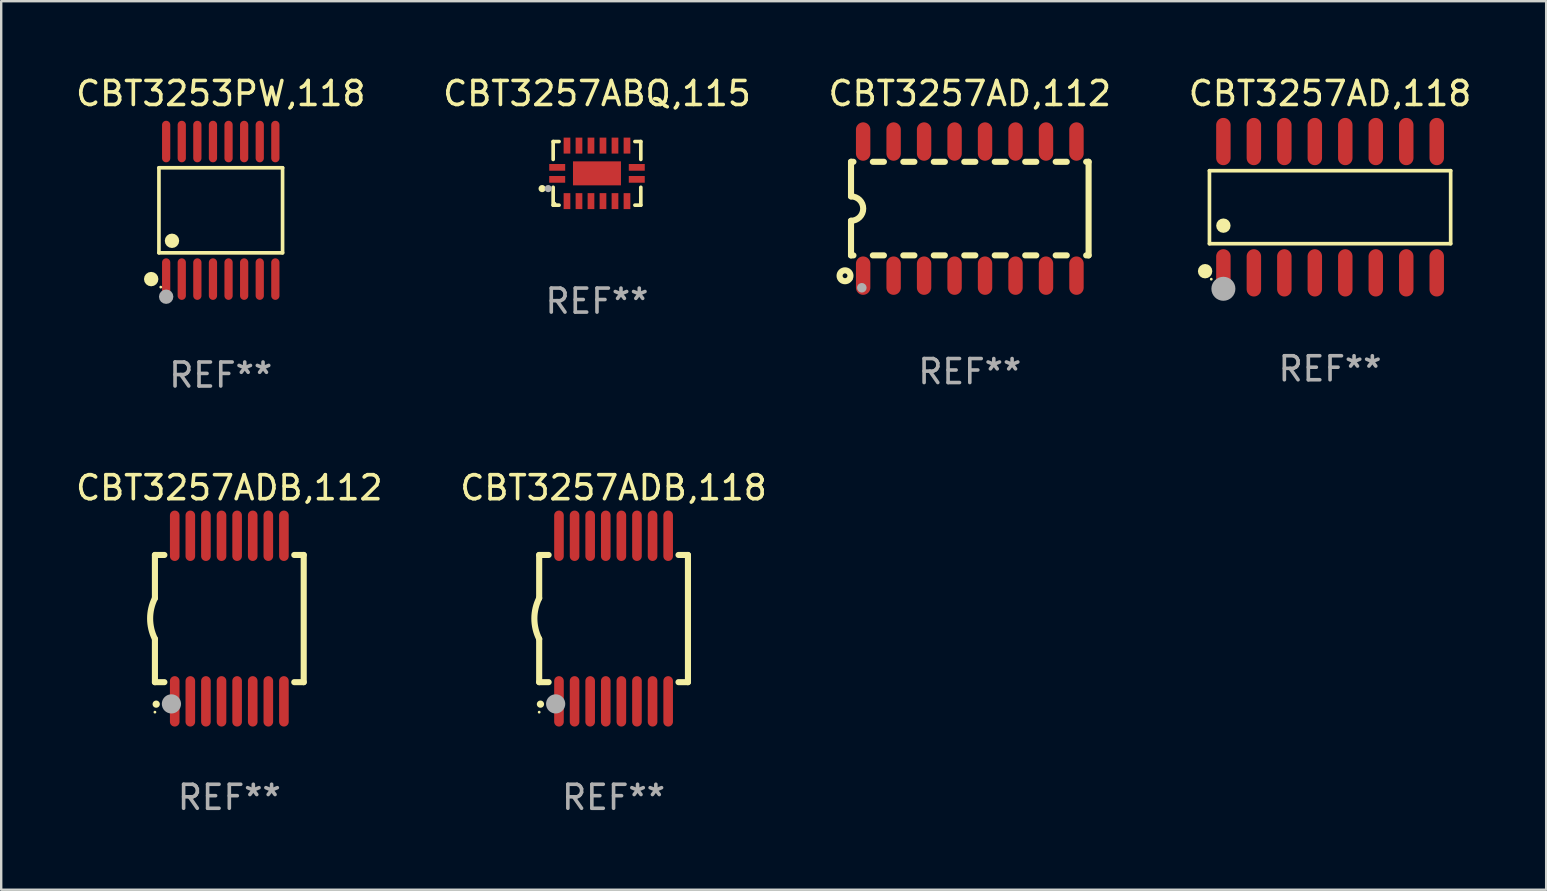
<source format=kicad_pcb>
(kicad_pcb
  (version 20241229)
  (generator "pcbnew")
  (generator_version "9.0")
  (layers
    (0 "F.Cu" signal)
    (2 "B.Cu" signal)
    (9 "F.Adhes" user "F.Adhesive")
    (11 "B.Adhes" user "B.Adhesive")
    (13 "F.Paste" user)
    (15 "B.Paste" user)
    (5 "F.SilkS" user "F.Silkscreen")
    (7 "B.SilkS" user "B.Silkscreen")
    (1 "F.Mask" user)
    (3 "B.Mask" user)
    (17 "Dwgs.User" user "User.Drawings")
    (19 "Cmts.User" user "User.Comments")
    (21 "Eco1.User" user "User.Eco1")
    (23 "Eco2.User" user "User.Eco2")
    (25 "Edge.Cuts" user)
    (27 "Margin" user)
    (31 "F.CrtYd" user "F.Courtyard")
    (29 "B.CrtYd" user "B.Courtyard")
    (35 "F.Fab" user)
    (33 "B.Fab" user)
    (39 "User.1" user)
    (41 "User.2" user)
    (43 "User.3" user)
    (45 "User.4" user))
  (footprint "CBT3257ADB,118"
    (layer "F.Cu")
    (at 22.518 22.726)
    (property "Reference" "CBT3257ADB,118" (at 0 -5.45 0) (layer "F.SilkS") (effects (font (size 1 1) (thickness 0.15))))
    (attr through_hole)
    (fp_line (start -3.1 -2.65) (end -3.1 -0.85) (stroke (width 0.254) (type solid)) (layer "F.SilkS"))
    (fp_line (start -3.1 -2.65) (end -2.706 -2.65) (stroke (width 0.254) (type solid)) (layer "F.SilkS"))
    (fp_line (start -3.1 2.65) (end -3.1 0.85) (stroke (width 0.254) (type solid)) (layer "F.SilkS"))
    (fp_line (start -3.1 2.65) (end -2.706 2.65) (stroke (width 0.254) (type solid)) (layer "F.SilkS"))
    (fp_line (start 2.706 -2.65) (end 3.1 -2.65) (stroke (width 0.254) (type solid)) (layer "F.SilkS"))
    (fp_line (start 2.706 2.65) (end 3.1 2.65) (stroke (width 0.254) (type solid)) (layer "F.SilkS"))
    (fp_line (start 3.1 -2.65) (end 3.1 2.65) (stroke (width 0.254) (type solid)) (layer "F.SilkS"))
    (fp_arc (start -3.098907 0.850902) (mid -3.300057 0.000523) (end -3.1 -0.850114) (stroke (width 0.254001) (type solid)) (layer "F.SilkS"))
    (fp_arc (start -3.048006 3.566066) (mid -3.046736 3.566061) (end -3.045466 3.566066) (stroke (width 0.3) (type solid)) (layer "F.SilkS"))
    (fp_circle (center -3.1 3.9) (end -3.07 3.9) (stroke (width 0.06) (type solid)) (fill no) (layer "F.SilkS"))
    (fp_circle (center -2.413 3.556) (end -2.213 3.556) (stroke (width 0.4) (type solid)) (fill no) (layer "F.Fab"))
    (fp_text user "REF**" (at 0 7.45 0) (layer "F.Fab") (effects (font (size 1 1) (thickness 0.15))))
    (pad "1" smd oval (at -2.275 3.45 180) (size 0.4 2.1) (layers "F.Cu" "F.Mask" "F.Paste"))
    (pad "2" smd oval (at -1.625 3.45 180) (size 0.4 2.1) (layers "F.Cu" "F.Mask" "F.Paste"))
    (pad "3" smd oval (at -0.975 3.45 180) (size 0.4 2.1) (layers "F.Cu" "F.Mask" "F.Paste"))
    (pad "4" smd oval (at -0.325 3.45 180) (size 0.4 2.1) (layers "F.Cu" "F.Mask" "F.Paste"))
    (pad "5" smd oval (at 0.325 3.45 180) (size 0.4 2.1) (layers "F.Cu" "F.Mask" "F.Paste"))
    (pad "6" smd oval (at 0.975 3.45 180) (size 0.4 2.1) (layers "F.Cu" "F.Mask" "F.Paste"))
    (pad "7" smd oval (at 1.625 3.45 180) (size 0.4 2.1) (layers "F.Cu" "F.Mask" "F.Paste"))
    (pad "8" smd oval (at 2.275 3.45 180) (size 0.4 2.1) (layers "F.Cu" "F.Mask" "F.Paste"))
    (pad "9" smd oval (at 2.275 -3.45 180) (size 0.4 2.1) (layers "F.Cu" "F.Mask" "F.Paste"))
    (pad "10" smd oval (at 1.625 -3.45 180) (size 0.4 2.1) (layers "F.Cu" "F.Mask" "F.Paste"))
    (pad "11" smd oval (at 0.975 -3.45 180) (size 0.4 2.1) (layers "F.Cu" "F.Mask" "F.Paste"))
    (pad "12" smd oval (at 0.325 -3.45 180) (size 0.4 2.1) (layers "F.Cu" "F.Mask" "F.Paste"))
    (pad "13" smd oval (at -0.325 -3.45 180) (size 0.4 2.1) (layers "F.Cu" "F.Mask" "F.Paste"))
    (pad "14" smd oval (at -0.975 -3.45 180) (size 0.4 2.1) (layers "F.Cu" "F.Mask" "F.Paste"))
    (pad "15" smd oval (at -1.625 -3.45 180) (size 0.4 2.1) (layers "F.Cu" "F.Mask" "F.Paste"))
    (pad "16" smd oval (at -2.275 -3.45 180) (size 0.4 2.1) (layers "F.Cu" "F.Mask" "F.Paste")))
  (footprint "CBT3257ADB,112"
    (layer "F.Cu")
    (at 6.506 22.726)
    (property "Reference" "CBT3257ADB,112" (at 0 -5.45 0) (layer "F.SilkS") (effects (font (size 1 1) (thickness 0.15))))
    (attr through_hole)
    (fp_line (start -3.1 -2.65) (end -3.1 -0.85) (stroke (width 0.254) (type solid)) (layer "F.SilkS"))
    (fp_line (start -3.1 -2.65) (end -2.706 -2.65) (stroke (width 0.254) (type solid)) (layer "F.SilkS"))
    (fp_line (start -3.1 2.65) (end -3.1 0.85) (stroke (width 0.254) (type solid)) (layer "F.SilkS"))
    (fp_line (start -3.1 2.65) (end -2.706 2.65) (stroke (width 0.254) (type solid)) (layer "F.SilkS"))
    (fp_line (start 2.706 -2.65) (end 3.1 -2.65) (stroke (width 0.254) (type solid)) (layer "F.SilkS"))
    (fp_line (start 2.706 2.65) (end 3.1 2.65) (stroke (width 0.254) (type solid)) (layer "F.SilkS"))
    (fp_line (start 3.1 -2.65) (end 3.1 2.65) (stroke (width 0.254) (type solid)) (layer "F.SilkS"))
    (fp_arc (start -3.098907 0.850902) (mid -3.300057 0.000523) (end -3.1 -0.850114) (stroke (width 0.254001) (type solid)) (layer "F.SilkS"))
    (fp_arc (start -3.048006 3.566066) (mid -3.046736 3.566061) (end -3.045466 3.566066) (stroke (width 0.3) (type solid)) (layer "F.SilkS"))
    (fp_circle (center -3.1 3.9) (end -3.07 3.9) (stroke (width 0.06) (type solid)) (fill no) (layer "F.SilkS"))
    (fp_circle (center -2.413 3.556) (end -2.213 3.556) (stroke (width 0.4) (type solid)) (fill no) (layer "F.Fab"))
    (fp_text user "REF**" (at 0 7.45 0) (layer "F.Fab") (effects (font (size 1 1) (thickness 0.15))))
    (pad "1" smd oval (at -2.275 3.45 180) (size 0.4 2.1) (layers "F.Cu" "F.Mask" "F.Paste"))
    (pad "2" smd oval (at -1.625 3.45 180) (size 0.4 2.1) (layers "F.Cu" "F.Mask" "F.Paste"))
    (pad "3" smd oval (at -0.975 3.45 180) (size 0.4 2.1) (layers "F.Cu" "F.Mask" "F.Paste"))
    (pad "4" smd oval (at -0.325 3.45 180) (size 0.4 2.1) (layers "F.Cu" "F.Mask" "F.Paste"))
    (pad "5" smd oval (at 0.325 3.45 180) (size 0.4 2.1) (layers "F.Cu" "F.Mask" "F.Paste"))
    (pad "6" smd oval (at 0.975 3.45 180) (size 0.4 2.1) (layers "F.Cu" "F.Mask" "F.Paste"))
    (pad "7" smd oval (at 1.625 3.45 180) (size 0.4 2.1) (layers "F.Cu" "F.Mask" "F.Paste"))
    (pad "8" smd oval (at 2.275 3.45 180) (size 0.4 2.1) (layers "F.Cu" "F.Mask" "F.Paste"))
    (pad "9" smd oval (at 2.275 -3.45 180) (size 0.4 2.1) (layers "F.Cu" "F.Mask" "F.Paste"))
    (pad "10" smd oval (at 1.625 -3.45 180) (size 0.4 2.1) (layers "F.Cu" "F.Mask" "F.Paste"))
    (pad "11" smd oval (at 0.975 -3.45 180) (size 0.4 2.1) (layers "F.Cu" "F.Mask" "F.Paste"))
    (pad "12" smd oval (at 0.325 -3.45 180) (size 0.4 2.1) (layers "F.Cu" "F.Mask" "F.Paste"))
    (pad "13" smd oval (at -0.325 -3.45 180) (size 0.4 2.1) (layers "F.Cu" "F.Mask" "F.Paste"))
    (pad "14" smd oval (at -0.975 -3.45 180) (size 0.4 2.1) (layers "F.Cu" "F.Mask" "F.Paste"))
    (pad "15" smd oval (at -1.625 -3.45 180) (size 0.4 2.1) (layers "F.Cu" "F.Mask" "F.Paste"))
    (pad "16" smd oval (at -2.275 -3.45 180) (size 0.4 2.1) (layers "F.Cu" "F.Mask" "F.Paste")))
  (footprint "CBT3253PW,118"
    (layer "F.Cu")
    (at 6.149 5.714)
    (property "Reference" "CBT3253PW,118" (at 0 -4.866 0) (layer "F.SilkS") (effects (font (size 1 1) (thickness 0.15))))
    (attr through_hole)
    (fp_line (start -2.576 -1.772) (end 2.576 -1.772) (stroke (width 0.152) (type solid)) (layer "F.SilkS"))
    (fp_line (start -2.576 1.771) (end -2.576 -1.772) (stroke (width 0.152) (type solid)) (layer "F.SilkS"))
    (fp_line (start 2.576 -1.772) (end 2.576 1.771) (stroke (width 0.152) (type solid)) (layer "F.SilkS"))
    (fp_line (start 2.576 1.771) (end -2.576 1.771) (stroke (width 0.152) (type solid)) (layer "F.SilkS"))
    (fp_circle (center -2.899 2.866) (end -2.749 2.866) (stroke (width 0.3) (type solid)) (fill no) (layer "F.SilkS"))
    (fp_circle (center -2.5 3.2) (end -2.47 3.2) (stroke (width 0.06) (type solid)) (fill no) (layer "F.SilkS"))
    (fp_circle (center -2.032 1.27) (end -1.882 1.27) (stroke (width 0.3) (type solid)) (fill no) (layer "F.SilkS"))
    (fp_circle (center -2.275 3.6) (end -2.125 3.6) (stroke (width 0.3) (type solid)) (fill no) (layer "F.Fab"))
    (fp_text user "REF**" (at 0 6.866 0) (layer "F.Fab") (effects (font (size 1 1) (thickness 0.15))))
    (pad "1" smd oval (at -2.275 2.866) (size 0.343 1.731) (layers "F.Cu" "F.Mask" "F.Paste"))
    (pad "2" smd oval (at -1.625 2.866) (size 0.343 1.731) (layers "F.Cu" "F.Mask" "F.Paste"))
    (pad "3" smd oval (at -0.975 2.866) (size 0.343 1.731) (layers "F.Cu" "F.Mask" "F.Paste"))
    (pad "4" smd oval (at -0.325 2.866) (size 0.343 1.731) (layers "F.Cu" "F.Mask" "F.Paste"))
    (pad "5" smd oval (at 0.325 2.866) (size 0.343 1.731) (layers "F.Cu" "F.Mask" "F.Paste"))
    (pad "6" smd oval (at 0.975 2.866) (size 0.343 1.731) (layers "F.Cu" "F.Mask" "F.Paste"))
    (pad "7" smd oval (at 1.625 2.866) (size 0.343 1.731) (layers "F.Cu" "F.Mask" "F.Paste"))
    (pad "8" smd oval (at 2.275 2.866) (size 0.343 1.731) (layers "F.Cu" "F.Mask" "F.Paste"))
    (pad "9" smd oval (at 2.275 -2.866) (size 0.343 1.731) (layers "F.Cu" "F.Mask" "F.Paste"))
    (pad "10" smd oval (at 1.625 -2.866) (size 0.343 1.731) (layers "F.Cu" "F.Mask" "F.Paste"))
    (pad "11" smd oval (at 0.975 -2.866) (size 0.343 1.731) (layers "F.Cu" "F.Mask" "F.Paste"))
    (pad "12" smd oval (at 0.325 -2.866) (size 0.343 1.731) (layers "F.Cu" "F.Mask" "F.Paste"))
    (pad "13" smd oval (at -0.325 -2.866) (size 0.343 1.731) (layers "F.Cu" "F.Mask" "F.Paste"))
    (pad "14" smd oval (at -0.975 -2.866) (size 0.343 1.731) (layers "F.Cu" "F.Mask" "F.Paste"))
    (pad "15" smd oval (at -1.625 -2.866) (size 0.343 1.731) (layers "F.Cu" "F.Mask" "F.Paste"))
    (pad "16" smd oval (at -2.275 -2.866) (size 0.343 1.731) (layers "F.Cu" "F.Mask" "F.Paste")))
  (footprint "CBT3257AD,118"
    (layer "F.Cu")
    (at 52.375 5.584)
    (property "Reference" "CBT3257AD,118" (at 0 -4.736 0) (layer "F.SilkS") (effects (font (size 1 1) (thickness 0.15))))
    (attr through_hole)
    (fp_line (start -5.026 -1.521) (end 5.026 -1.521) (stroke (width 0.152) (type solid)) (layer "F.SilkS"))
    (fp_line (start -5.026 1.521) (end -5.026 -1.521) (stroke (width 0.152) (type solid)) (layer "F.SilkS"))
    (fp_line (start 5.026 -1.521) (end 5.026 1.521) (stroke (width 0.152) (type solid)) (layer "F.SilkS"))
    (fp_line (start 5.026 1.521) (end -5.026 1.521) (stroke (width 0.152) (type solid)) (layer "F.SilkS"))
    (fp_circle (center -5.207 2.667) (end -5.057 2.667) (stroke (width 0.3) (type solid)) (fill no) (layer "F.SilkS"))
    (fp_circle (center -4.95 3) (end -4.92 3) (stroke (width 0.06) (type solid)) (fill no) (layer "F.SilkS"))
    (fp_circle (center -4.445 0.769) (end -4.295 0.769) (stroke (width 0.3) (type solid)) (fill no) (layer "F.SilkS"))
    (fp_circle (center -4.445 3.4) (end -4.195 3.4) (stroke (width 0.5) (type solid)) (fill no) (layer "F.Fab"))
    (fp_text user "REF**" (at 0 6.736 0) (layer "F.Fab") (effects (font (size 1 1) (thickness 0.15))))
    (pad "1" smd oval (at -4.445 2.736) (size 0.602 1.971) (layers "F.Cu" "F.Mask" "F.Paste"))
    (pad "2" smd oval (at -3.175 2.736) (size 0.602 1.971) (layers "F.Cu" "F.Mask" "F.Paste"))
    (pad "3" smd oval (at -1.905 2.736) (size 0.602 1.971) (layers "F.Cu" "F.Mask" "F.Paste"))
    (pad "4" smd oval (at -0.635 2.736) (size 0.602 1.971) (layers "F.Cu" "F.Mask" "F.Paste"))
    (pad "5" smd oval (at 0.635 2.736) (size 0.602 1.971) (layers "F.Cu" "F.Mask" "F.Paste"))
    (pad "6" smd oval (at 1.905 2.736) (size 0.602 1.971) (layers "F.Cu" "F.Mask" "F.Paste"))
    (pad "7" smd oval (at 3.175 2.736) (size 0.602 1.971) (layers "F.Cu" "F.Mask" "F.Paste"))
    (pad "8" smd oval (at 4.445 2.736) (size 0.602 1.971) (layers "F.Cu" "F.Mask" "F.Paste"))
    (pad "9" smd oval (at 4.445 -2.736) (size 0.602 1.971) (layers "F.Cu" "F.Mask" "F.Paste"))
    (pad "10" smd oval (at 3.175 -2.736) (size 0.602 1.971) (layers "F.Cu" "F.Mask" "F.Paste"))
    (pad "11" smd oval (at 1.905 -2.736) (size 0.602 1.971) (layers "F.Cu" "F.Mask" "F.Paste"))
    (pad "12" smd oval (at 0.635 -2.736) (size 0.602 1.971) (layers "F.Cu" "F.Mask" "F.Paste"))
    (pad "13" smd oval (at -0.635 -2.736) (size 0.602 1.971) (layers "F.Cu" "F.Mask" "F.Paste"))
    (pad "14" smd oval (at -1.905 -2.736) (size 0.602 1.971) (layers "F.Cu" "F.Mask" "F.Paste"))
    (pad "15" smd oval (at -3.175 -2.736) (size 0.602 1.971) (layers "F.Cu" "F.Mask" "F.Paste"))
    (pad "16" smd oval (at -4.445 -2.736) (size 0.602 1.971) (layers "F.Cu" "F.Mask" "F.Paste")))
  (footprint "CBT3257ABQ,115"
    (layer "F.Cu")
    (at 21.827 4.174)
    (property "Reference" "CBT3257ABQ,115" (at 0 -3.326 0) (layer "F.SilkS") (effects (font (size 1 1) (thickness 0.15))))
    (attr through_hole)
    (fp_line (start -1.826 -1.326) (end -1.58 -1.326) (stroke (width 0.152) (type solid)) (layer "F.SilkS"))
    (fp_line (start -1.826 -0.58) (end -1.826 -1.326) (stroke (width 0.152) (type solid)) (layer "F.SilkS"))
    (fp_line (start -1.826 0.58) (end -1.826 1.326) (stroke (width 0.152) (type solid)) (layer "F.SilkS"))
    (fp_line (start -1.826 1.326) (end -1.58 1.326) (stroke (width 0.152) (type solid)) (layer "F.SilkS"))
    (fp_line (start 1.826 -1.326) (end 1.58 -1.326) (stroke (width 0.152) (type solid)) (layer "F.SilkS"))
    (fp_line (start 1.826 -0.58) (end 1.826 -1.326) (stroke (width 0.152) (type solid)) (layer "F.SilkS"))
    (fp_line (start 1.826 0.58) (end 1.826 1.326) (stroke (width 0.152) (type solid)) (layer "F.SilkS"))
    (fp_line (start 1.826 1.326) (end 1.58 1.326) (stroke (width 0.152) (type solid)) (layer "F.SilkS"))
    (fp_circle (center -2.286 0.635) (end -2.211 0.635) (stroke (width 0.15) (type solid)) (fill no) (layer "F.SilkS"))
    (fp_circle (center -1.75 1.25) (end -1.72 1.25) (stroke (width 0.06) (type solid)) (fill no) (layer "F.SilkS"))
    (fp_circle (center -2.032 0.635) (end -1.957 0.635) (stroke (width 0.15) (type solid)) (fill no) (layer "F.Fab"))
    (fp_text user "REF**" (at 0 5.326 0) (layer "F.Fab") (effects (font (size 1 1) (thickness 0.15))))
    (pad "1" smd rect (at -1.658 0.25) (size 0.665 0.28) (layers "F.Cu" "F.Mask" "F.Paste"))
    (pad "2" smd rect (at -1.25 1.157) (size 0.28 0.665) (layers "F.Cu" "F.Mask" "F.Paste"))
    (pad "3" smd rect (at -0.75 1.157) (size 0.28 0.665) (layers "F.Cu" "F.Mask" "F.Paste"))
    (pad "4" smd rect (at -0.25 1.157) (size 0.28 0.665) (layers "F.Cu" "F.Mask" "F.Paste"))
    (pad "5" smd rect (at 0.25 1.157) (size 0.28 0.665) (layers "F.Cu" "F.Mask" "F.Paste"))
    (pad "6" smd rect (at 0.75 1.157) (size 0.28 0.665) (layers "F.Cu" "F.Mask" "F.Paste"))
    (pad "7" smd rect (at 1.25 1.157) (size 0.28 0.665) (layers "F.Cu" "F.Mask" "F.Paste"))
    (pad "8" smd rect (at 1.658 0.25) (size 0.665 0.28) (layers "F.Cu" "F.Mask" "F.Paste"))
    (pad "9" smd rect (at 1.658 -0.25) (size 0.665 0.28) (layers "F.Cu" "F.Mask" "F.Paste"))
    (pad "10" smd rect (at 1.25 -1.157) (size 0.28 0.665) (layers "F.Cu" "F.Mask" "F.Paste"))
    (pad "11" smd rect (at 0.75 -1.157) (size 0.28 0.665) (layers "F.Cu" "F.Mask" "F.Paste"))
    (pad "12" smd rect (at 0.25 -1.157) (size 0.28 0.665) (layers "F.Cu" "F.Mask" "F.Paste"))
    (pad "13" smd rect (at -0.25 -1.157) (size 0.28 0.665) (layers "F.Cu" "F.Mask" "F.Paste"))
    (pad "14" smd rect (at -0.75 -1.157) (size 0.28 0.665) (layers "F.Cu" "F.Mask" "F.Paste"))
    (pad "15" smd rect (at -1.25 -1.157) (size 0.28 0.665) (layers "F.Cu" "F.Mask" "F.Paste"))
    (pad "16" smd rect (at -1.658 -0.25) (size 0.665 0.28) (layers "F.Cu" "F.Mask" "F.Paste"))
    (pad "17" smd rect (at 0 0) (size 2 1) (layers "F.Cu" "F.Mask" "F.Paste")))
  (footprint "CBT3257AD,112"
    (layer "F.Cu")
    (at 37.363 5.642)
    (property "Reference" "CBT3257AD,112" (at 0 -4.794 0) (layer "F.SilkS") (effects (font (size 1 1) (thickness 0.15))))
    (attr through_hole)
    (fp_line (start -4.95 -1.95) (end -4.95 -0.508) (stroke (width 0.254) (type solid)) (layer "F.SilkS"))
    (fp_line (start -4.95 -1.95) (end -4.849 -1.95) (stroke (width 0.254) (type solid)) (layer "F.SilkS"))
    (fp_line (start -4.95 1.95) (end -4.95 0.508) (stroke (width 0.254) (type solid)) (layer "F.SilkS"))
    (fp_line (start -4.95 1.95) (end -4.849 1.95) (stroke (width 0.254) (type solid)) (layer "F.SilkS"))
    (fp_line (start -4.041 -1.95) (end -3.579 -1.95) (stroke (width 0.254) (type solid)) (layer "F.SilkS"))
    (fp_line (start -4.041 1.95) (end -3.579 1.95) (stroke (width 0.254) (type solid)) (layer "F.SilkS"))
    (fp_line (start -2.771 -1.95) (end -2.309 -1.95) (stroke (width 0.254) (type solid)) (layer "F.SilkS"))
    (fp_line (start -2.771 1.95) (end -2.309 1.95) (stroke (width 0.254) (type solid)) (layer "F.SilkS"))
    (fp_line (start -1.501 -1.95) (end -1.039 -1.95) (stroke (width 0.254) (type solid)) (layer "F.SilkS"))
    (fp_line (start -1.501 1.95) (end -1.039 1.95) (stroke (width 0.254) (type solid)) (layer "F.SilkS"))
    (fp_line (start -0.231 -1.95) (end 0.231 -1.95) (stroke (width 0.254) (type solid)) (layer "F.SilkS"))
    (fp_line (start -0.231 1.95) (end 0.231 1.95) (stroke (width 0.254) (type solid)) (layer "F.SilkS"))
    (fp_line (start 1.039 -1.95) (end 1.501 -1.95) (stroke (width 0.254) (type solid)) (layer "F.SilkS"))
    (fp_line (start 1.039 1.95) (end 1.501 1.95) (stroke (width 0.254) (type solid)) (layer "F.SilkS"))
    (fp_line (start 2.309 -1.95) (end 2.771 -1.95) (stroke (width 0.254) (type solid)) (layer "F.SilkS"))
    (fp_line (start 2.309 1.95) (end 2.771 1.95) (stroke (width 0.254) (type solid)) (layer "F.SilkS"))
    (fp_line (start 3.579 -1.95) (end 4.041 -1.95) (stroke (width 0.254) (type solid)) (layer "F.SilkS"))
    (fp_line (start 3.579 1.95) (end 4.041 1.95) (stroke (width 0.254) (type solid)) (layer "F.SilkS"))
    (fp_line (start 4.849 -1.95) (end 4.95 -1.95) (stroke (width 0.254) (type solid)) (layer "F.SilkS"))
    (fp_line (start 4.849 1.95) (end 4.95 1.95) (stroke (width 0.254) (type solid)) (layer "F.SilkS"))
    (fp_line (start 4.95 -1.95) (end 4.95 1.95) (stroke (width 0.254) (type solid)) (layer "F.SilkS"))
    (fp_arc (start -4.95047 -0.508001) (mid -4.442469 -0.000228) (end -4.950013 0.508001) (stroke (width 0.254001) (type solid)) (layer "F.SilkS"))
    (fp_circle (center -5.2 2.8) (end -5.1 2.8) (stroke (width 0.254) (type solid)) (fill no) (layer "F.SilkS"))
    (fp_circle (center -4.95 2.947) (end -4.92 2.947) (stroke (width 0.06) (type solid)) (fill no) (layer "F.SilkS"))
    (fp_circle (center -4.5 3.3) (end -4.4 3.3) (stroke (width 0.2) (type solid)) (fill no) (layer "F.Fab"))
    (fp_text user "REF**" (at 0 6.794 0) (layer "F.Fab") (effects (font (size 1 1) (thickness 0.15))))
    (pad "1" smd oval (at -4.445 2.794) (size 0.6 1.6) (layers "F.Cu" "F.Mask" "F.Paste"))
    (pad "2" smd oval (at -3.175 2.794) (size 0.6 1.6) (layers "F.Cu" "F.Mask" "F.Paste"))
    (pad "3" smd oval (at -1.905 2.794) (size 0.6 1.6) (layers "F.Cu" "F.Mask" "F.Paste"))
    (pad "4" smd oval (at -0.635 2.794) (size 0.6 1.6) (layers "F.Cu" "F.Mask" "F.Paste"))
    (pad "5" smd oval (at 0.635 2.794) (size 0.6 1.6) (layers "F.Cu" "F.Mask" "F.Paste"))
    (pad "6" smd oval (at 1.905 2.794) (size 0.6 1.6) (layers "F.Cu" "F.Mask" "F.Paste"))
    (pad "7" smd oval (at 3.175 2.794) (size 0.6 1.6) (layers "F.Cu" "F.Mask" "F.Paste"))
    (pad "8" smd oval (at 4.445 2.794) (size 0.6 1.6) (layers "F.Cu" "F.Mask" "F.Paste"))
    (pad "9" smd oval (at 4.445 -2.794) (size 0.6 1.6) (layers "F.Cu" "F.Mask" "F.Paste"))
    (pad "10" smd oval (at 3.175 -2.794) (size 0.6 1.6) (layers "F.Cu" "F.Mask" "F.Paste"))
    (pad "11" smd oval (at 1.905 -2.794) (size 0.6 1.6) (layers "F.Cu" "F.Mask" "F.Paste"))
    (pad "12" smd oval (at 0.635 -2.794) (size 0.6 1.6) (layers "F.Cu" "F.Mask" "F.Paste"))
    (pad "13" smd oval (at -0.635 -2.794) (size 0.6 1.6) (layers "F.Cu" "F.Mask" "F.Paste"))
    (pad "14" smd oval (at -1.905 -2.794) (size 0.6 1.6) (layers "F.Cu" "F.Mask" "F.Paste"))
    (pad "15" smd oval (at -3.175 -2.794) (size 0.6 1.6) (layers "F.Cu" "F.Mask" "F.Paste"))
    (pad "16" smd oval (at -4.445 -2.794) (size 0.6 1.6) (layers "F.Cu" "F.Mask" "F.Paste")))
  (gr_rect
    (start -3 -3)
    (end 61.381 34.025)
    (stroke (width 0.1) (type default))
    (fill no)
    (layer "Edge.Cuts")))
</source>
